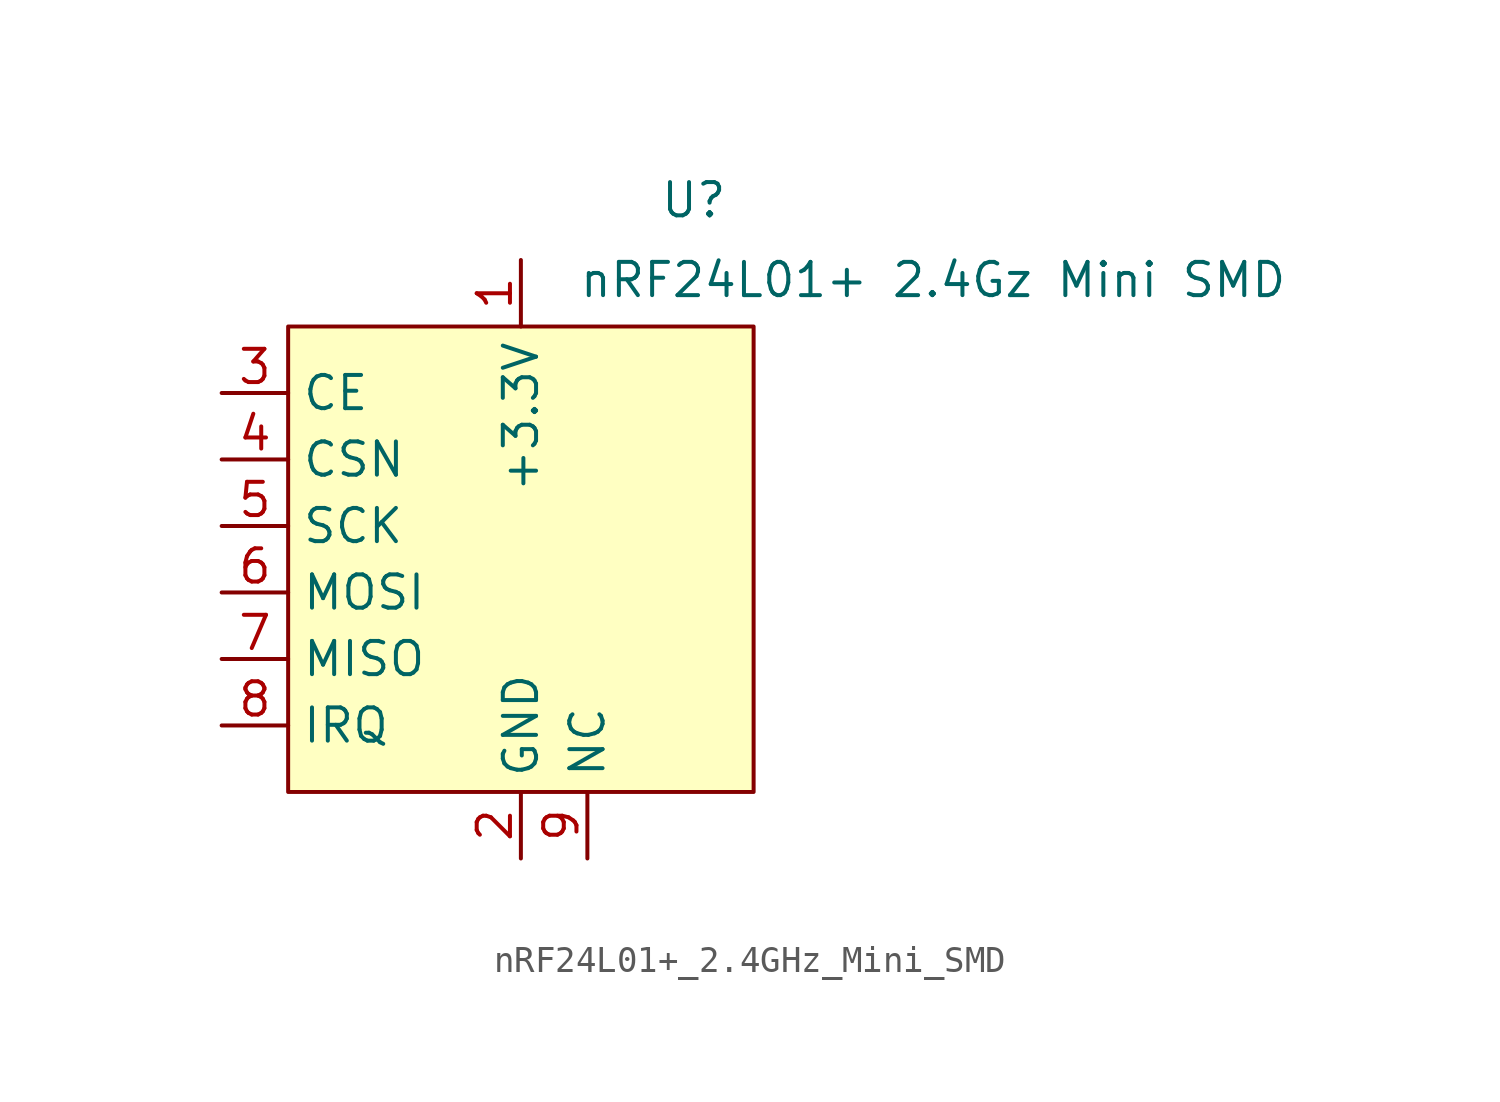
<source format=kicad_sym>
(kicad_symbol_lib
  (version 20231120)
  (generator "kicad_symbol_editor")
  (generator_version "8.0")
  (symbol "nRF24L01+_2.4GHz_Mini_SMD"
    (property "Reference" "U"
      (at 6.604 13.716 0)
      (effects (font (size 1.27 1.27))))
    (property "Value" "nRF24L01+ 2.4Gz Mini SMD"
      (at 15.748 10.668 0)
      (effects (font (size 1.27 1.27))))
    (symbol "nRF24L01+_2.4GHz_Mini_SMD_1_1"
      (rectangle (start -8.89 8.89) (end 8.89 -8.89) (stroke (width 0) (type default)) (fill (type background)))
      (pin power_in line (at 0 11.43 270) (length 2.54) (name "+3.3V" (effects (font (size 1.27 1.27)))) (number "1" (effects (font (size 1.27 1.27)))))
      (pin power_in line (at 0 -11.43 90) (length 2.54) (name "GND" (effects (font (size 1.27 1.27)))) (number "2" (effects (font (size 1.27 1.27)))))
      (pin input line (at -11.43 6.35 0) (length 2.54) (name "CE" (effects (font (size 1.27 1.27)))) (number "3" (effects (font (size 1.27 1.27)))))
      (pin input line (at -11.43 3.81 0) (length 2.54) (name "CSN" (effects (font (size 1.27 1.27)))) (number "4" (effects (font (size 1.27 1.27)))))
      (pin input line (at -11.43 1.27 0) (length 2.54) (name "SCK" (effects (font (size 1.27 1.27)))) (number "5" (effects (font (size 1.27 1.27)))))
      (pin input line (at -11.43 -1.27 0) (length 2.54) (name "MOSI" (effects (font (size 1.27 1.27)))) (number "6" (effects (font (size 1.27 1.27)))))
      (pin input line (at -11.43 -3.81 0) (length 2.54) (name "MISO" (effects (font (size 1.27 1.27)))) (number "7" (effects (font (size 1.27 1.27)))))
      (pin input line (at -11.43 -6.35 0) (length 2.54) (name "IRQ" (effects (font (size 1.27 1.27)))) (number "8" (effects (font (size 1.27 1.27)))))
      (pin passive line (at 2.54 -11.43 90) (length 2.54) (name "NC" (effects (font (size 1.27 1.27)))) (number "9" (effects (font (size 1.27 1.27))))))))
</source>
